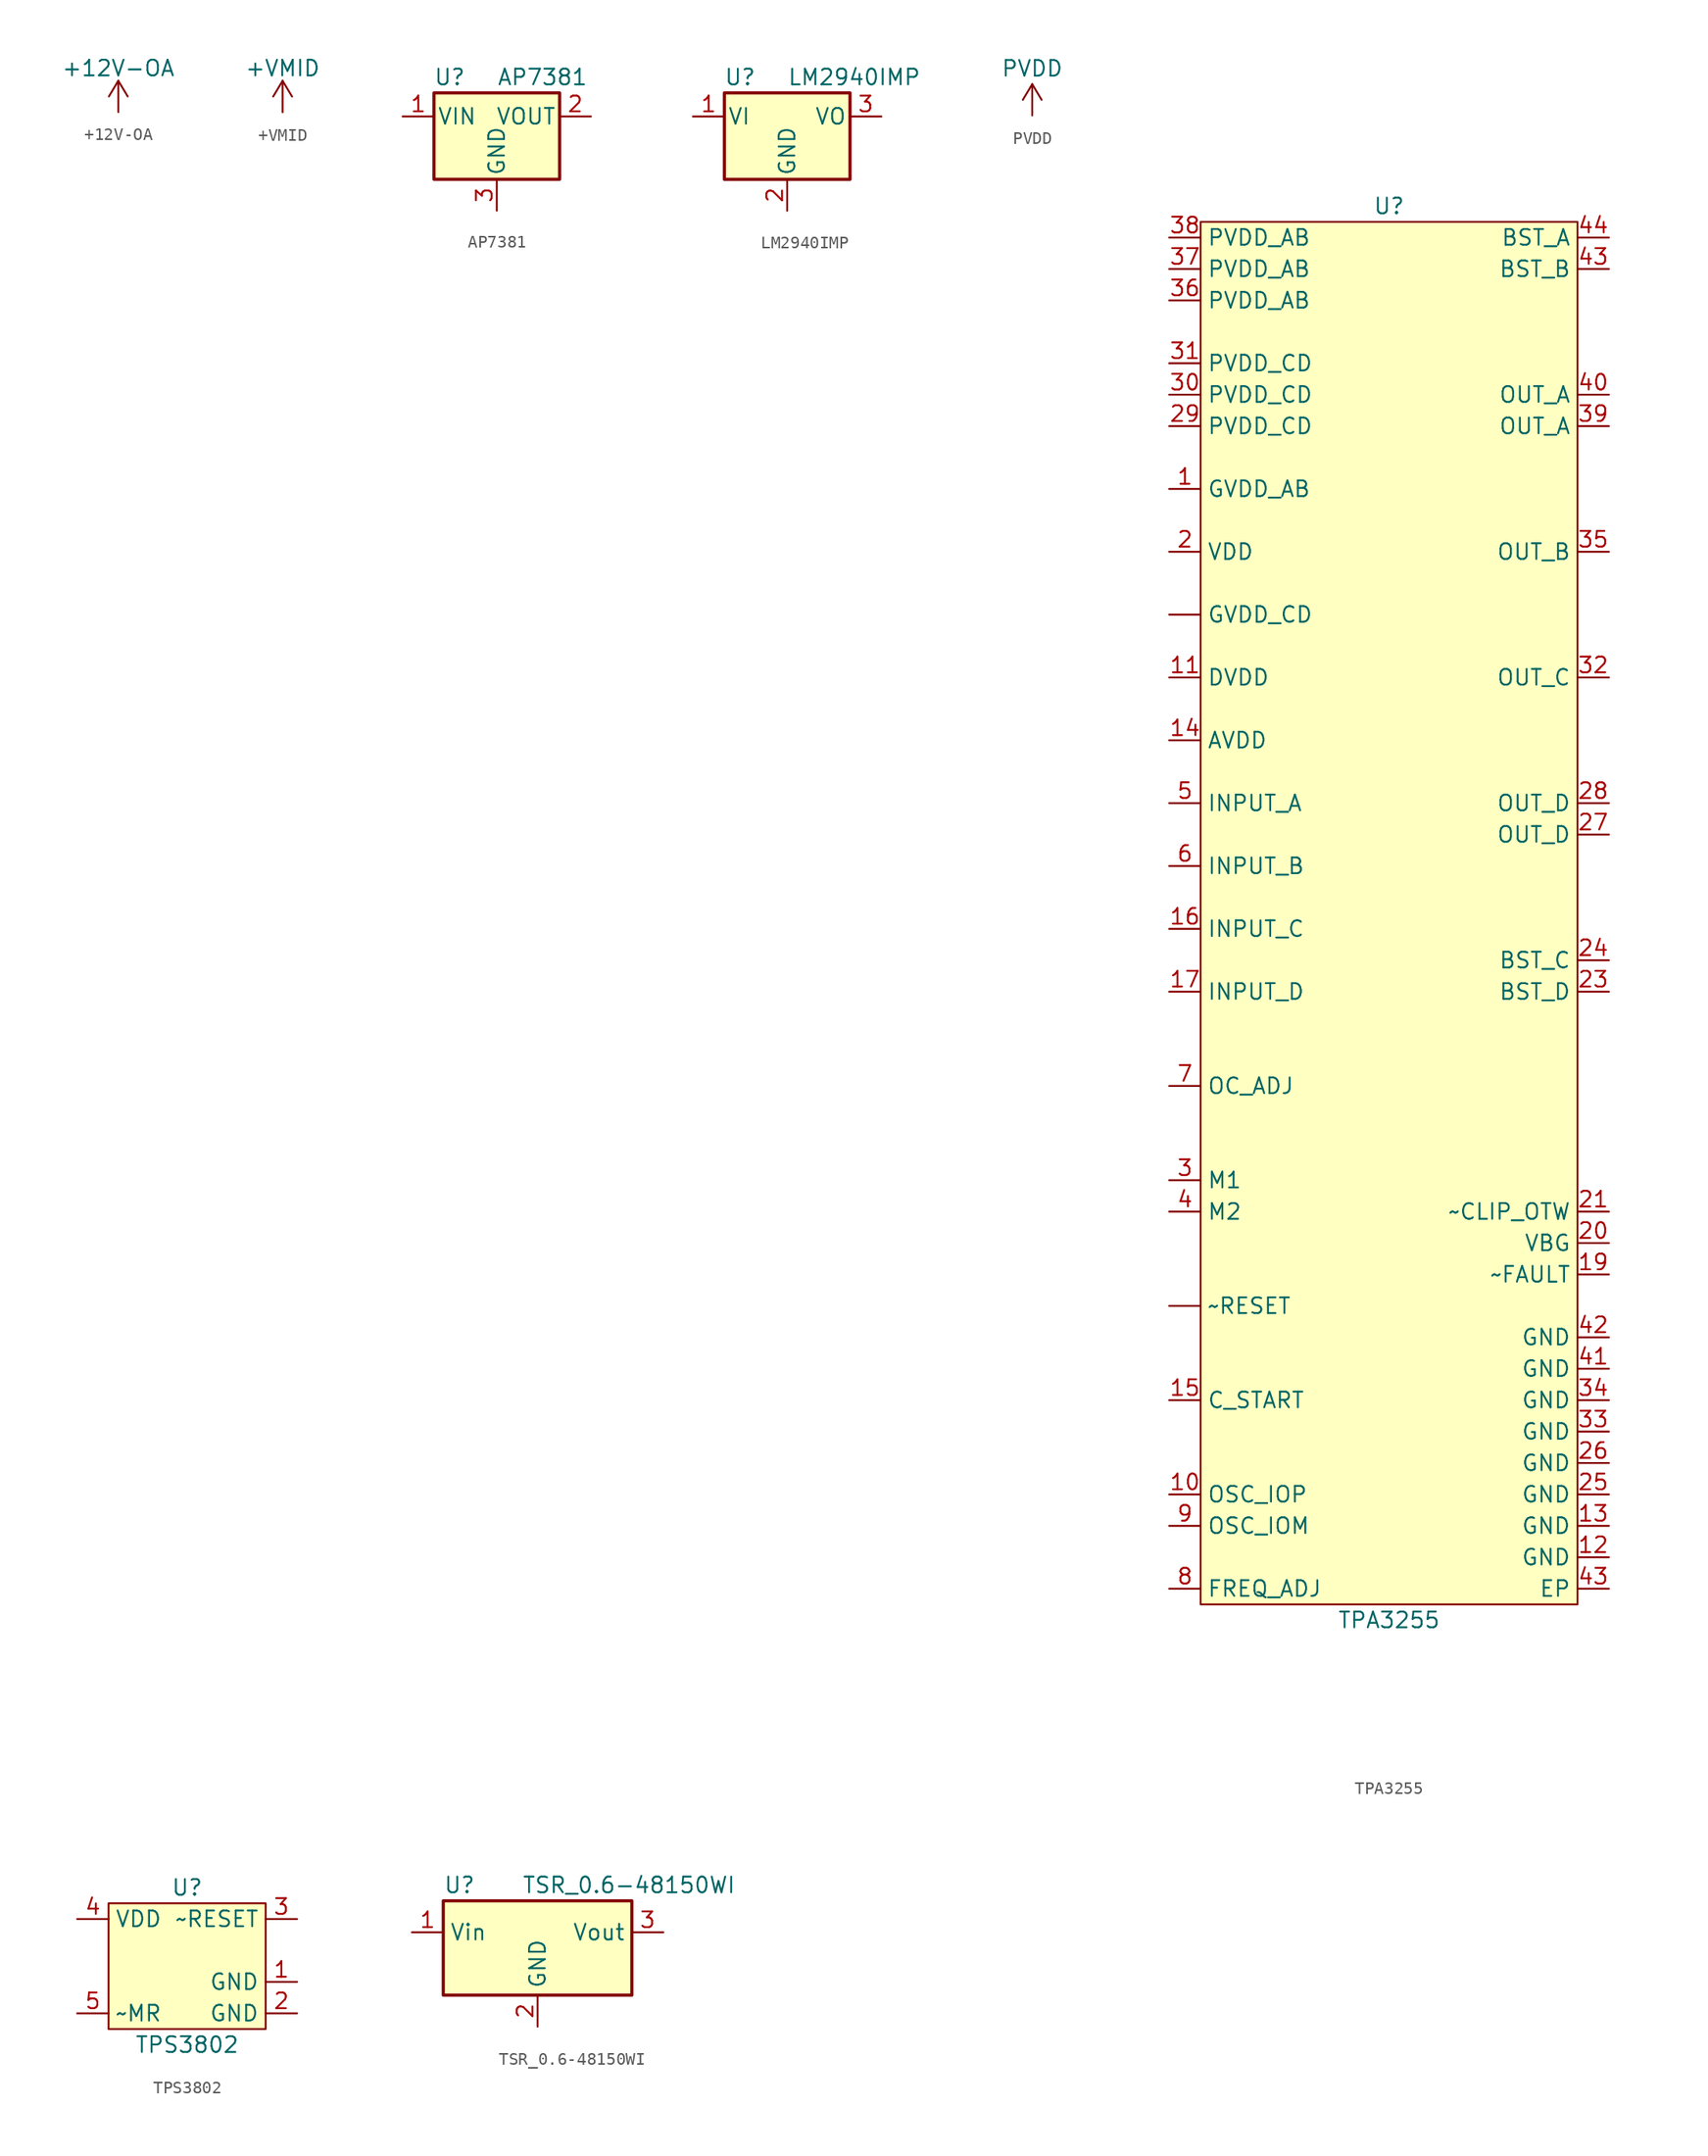
<source format=kicad_sym>
(kicad_symbol_lib
  (version 20211014)
  (generator kicad_symbol_editor)
  (symbol "+12V-OA"
    (power)
    (pin_names
      (offset 0))
    (property "Reference" "#PWR"
      (at 0 -3.81 0)
      (effects (font (size 1.27 1.27)) hide))
    (property "Value" "+12V-OA"
      (at 0 3.556 0)
      (effects (font (size 1.27 1.27))))
    (symbol "+12V-OA_0_1"
      (polyline (pts (xy -0.762 1.27) (xy 0 2.54)) (stroke (width 0) (type default) (color 0 0 0 0)) (fill (type none)))
      (polyline (pts (xy 0 0) (xy 0 2.54)) (stroke (width 0) (type default) (color 0 0 0 0)) (fill (type none)))
      (polyline (pts (xy 0 2.54) (xy 0.762 1.27)) (stroke (width 0) (type default) (color 0 0 0 0)) (fill (type none))))
    (symbol "+12V-OA_1_1"
      (pin power_in line (at 0 0 90) (length 0) hide (name "+12V-OA" (effects (font (size 1.27 1.27)))) (number "1" (effects (font (size 1.27 1.27)))))))
  (symbol "+VMID"
    (power)
    (pin_names
      (offset 0))
    (property "Reference" "#PWR"
      (at 0 -3.81 0)
      (effects (font (size 1.27 1.27)) hide))
    (property "Value" "+VMID"
      (at 0 3.556 0)
      (effects (font (size 1.27 1.27))))
    (symbol "+VMID_0_1"
      (polyline (pts (xy -0.762 1.27) (xy 0 2.54)) (stroke (width 0) (type default) (color 0 0 0 0)) (fill (type none)))
      (polyline (pts (xy 0 0) (xy 0 2.54)) (stroke (width 0) (type default) (color 0 0 0 0)) (fill (type none)))
      (polyline (pts (xy 0 2.54) (xy 0.762 1.27)) (stroke (width 0) (type default) (color 0 0 0 0)) (fill (type none))))
    (symbol "+VMID_1_1"
      (pin power_in line (at 0 0 90) (length 0) hide (name "+VMID" (effects (font (size 1.27 1.27)))) (number "1" (effects (font (size 1.27 1.27)))))))
  (symbol "AP7381"
    (pin_names
      (offset 0.254))
    (property "Reference" "U"
      (at -3.81 3.175 0)
      (effects (font (size 1.27 1.27))))
    (property "Value" "AP7381"
      (at 0 3.175 0)
      (effects (font (size 1.27 1.27)) (justify left)))
    (symbol "AP7381_0_1"
      (rectangle (start -5.08 -5.08) (end 5.08 1.905) (stroke (width 0.254) (type default) (color 0 0 0 0)) (fill (type background))))
    (symbol "AP7381_1_1"
      (pin power_in line (at -7.62 0 0) (length 2.54) (name "VIN" (effects (font (size 1.27 1.27)))) (number "1" (effects (font (size 1.27 1.27)))))
      (pin power_out line (at 7.62 0 180) (length 2.54) (name "VOUT" (effects (font (size 1.27 1.27)))) (number "2" (effects (font (size 1.27 1.27)))))
      (pin power_in line (at 0 -7.62 90) (length 2.54) (name "GND" (effects (font (size 1.27 1.27)))) (number "3" (effects (font (size 1.27 1.27)))))))
  (symbol "LM2940IMP"
    (pin_names
      (offset 0.254))
    (property "Reference" "U"
      (at -3.81 3.175 0)
      (effects (font (size 1.27 1.27))))
    (property "Value" "LM2940IMP"
      (at 0 3.175 0)
      (effects (font (size 1.27 1.27)) (justify left)))
    (symbol "LM2940IMP_0_1"
      (rectangle (start -5.08 -5.08) (end 5.08 1.905) (stroke (width 0.254) (type default) (color 0 0 0 0)) (fill (type background))))
    (symbol "LM2940IMP_1_1"
      (pin power_in line (at -7.62 0 0) (length 2.54) (name "VI" (effects (font (size 1.27 1.27)))) (number "1" (effects (font (size 1.27 1.27)))))
      (pin power_in line (at 0 -7.62 90) (length 2.54) (name "GND" (effects (font (size 1.27 1.27)))) (number "2" (effects (font (size 1.27 1.27)))))
      (pin power_out line (at 7.62 0 180) (length 2.54) (name "VO" (effects (font (size 1.27 1.27)))) (number "3" (effects (font (size 1.27 1.27)))))))
  (symbol "PVDD"
    (power)
    (pin_names
      (offset 0))
    (property "Reference" "#PWR"
      (at 0 -3.81 0)
      (effects (font (size 1.27 1.27)) hide))
    (property "Value" "PVDD"
      (at 0 3.81 0)
      (effects (font (size 1.27 1.27))))
    (symbol "PVDD_0_1"
      (polyline (pts (xy -0.762 1.27) (xy 0 2.54)) (stroke (width 0) (type default) (color 0 0 0 0)) (fill (type none)))
      (polyline (pts (xy 0 0) (xy 0 2.54)) (stroke (width 0) (type default) (color 0 0 0 0)) (fill (type none)))
      (polyline (pts (xy 0 2.54) (xy 0.762 1.27)) (stroke (width 0) (type default) (color 0 0 0 0)) (fill (type none))))
    (symbol "PVDD_1_1"
      (pin power_in line (at 0 0 90) (length 0) hide (name "PVDD" (effects (font (size 1.27 1.27)))) (number "1" (effects (font (size 1.27 1.27)))))))
  (symbol "TPA3255"
    (property "Reference" "U"
      (at 0 55.88 0)
      (effects (font (size 1.27 1.27))))
    (property "Value" "TPA3255"
      (at 0 -58.42 0)
      (effects (font (size 1.27 1.27))))
    (symbol "TPA3255_0_1"
      (rectangle (start -15.24 54.61) (end 15.24 -57.15) (stroke (width 0) (type default) (color 0 0 0 0)) (fill (type background))))
    (symbol "TPA3255_1_1"
      (pin power_in line (at -17.78 22.86 0) (length 2.54) (name "GVDD_CD" (effects (font (size 1.27 1.27)))) (number "" (effects (font (size 1.27 1.27)))))
      (pin input line (at -17.78 -33.02 0) (length 2.54) (name "~RESET" (effects (font (size 1.27 1.27)))) (number "" (effects (font (size 1.27 1.27)))))
      (pin power_in line (at -17.78 33.02 0) (length 2.54) (name "GVDD_AB" (effects (font (size 1.27 1.27)))) (number "1" (effects (font (size 1.27 1.27)))))
      (pin output line (at -17.78 -48.26 0) (length 2.54) (name "OSC_IOP" (effects (font (size 1.27 1.27)))) (number "10" (effects (font (size 1.27 1.27)))))
      (pin power_out line (at -17.78 17.78 0) (length 2.54) (name "DVDD" (effects (font (size 1.27 1.27)))) (number "11" (effects (font (size 1.27 1.27)))))
      (pin power_in line (at 17.78 -53.34 180) (length 2.54) (name "GND" (effects (font (size 1.27 1.27)))) (number "12" (effects (font (size 1.27 1.27)))))
      (pin power_in line (at 17.78 -50.8 180) (length 2.54) (name "GND" (effects (font (size 1.27 1.27)))) (number "13" (effects (font (size 1.27 1.27)))))
      (pin power_out line (at -17.78 12.7 0) (length 2.54) (name "AVDD" (effects (font (size 1.27 1.27)))) (number "14" (effects (font (size 1.27 1.27)))))
      (pin output line (at -17.78 -40.64 0) (length 2.54) (name "C_START" (effects (font (size 1.27 1.27)))) (number "15" (effects (font (size 1.27 1.27)))))
      (pin input line (at -17.78 -2.54 0) (length 2.54) (name "INPUT_C" (effects (font (size 1.27 1.27)))) (number "16" (effects (font (size 1.27 1.27)))))
      (pin input line (at -17.78 -7.62 0) (length 2.54) (name "INPUT_D" (effects (font (size 1.27 1.27)))) (number "17" (effects (font (size 1.27 1.27)))))
      (pin output line (at 17.78 -30.48 180) (length 2.54) (name "~FAULT" (effects (font (size 1.27 1.27)))) (number "19" (effects (font (size 1.27 1.27)))))
      (pin power_in line (at -17.78 27.94 0) (length 2.54) (name "VDD" (effects (font (size 1.27 1.27)))) (number "2" (effects (font (size 1.27 1.27)))))
      (pin power_out line (at 17.78 -27.94 180) (length 2.54) (name "VBG" (effects (font (size 1.27 1.27)))) (number "20" (effects (font (size 1.27 1.27)))))
      (pin output line (at 17.78 -25.4 180) (length 2.54) (name "~CLIP_OTW" (effects (font (size 1.27 1.27)))) (number "21" (effects (font (size 1.27 1.27)))))
      (pin passive line (at 17.78 -7.62 180) (length 2.54) (name "BST_D" (effects (font (size 1.27 1.27)))) (number "23" (effects (font (size 1.27 1.27)))))
      (pin passive line (at 17.78 -5.08 180) (length 2.54) (name "BST_C" (effects (font (size 1.27 1.27)))) (number "24" (effects (font (size 1.27 1.27)))))
      (pin power_in line (at 17.78 -48.26 180) (length 2.54) (name "GND" (effects (font (size 1.27 1.27)))) (number "25" (effects (font (size 1.27 1.27)))))
      (pin power_in line (at 17.78 -45.72 180) (length 2.54) (name "GND" (effects (font (size 1.27 1.27)))) (number "26" (effects (font (size 1.27 1.27)))))
      (pin output line (at 17.78 5.08 180) (length 2.54) (name "OUT_D" (effects (font (size 1.27 1.27)))) (number "27" (effects (font (size 1.27 1.27)))))
      (pin output line (at 17.78 7.62 180) (length 2.54) (name "OUT_D" (effects (font (size 1.27 1.27)))) (number "28" (effects (font (size 1.27 1.27)))))
      (pin power_in line (at -17.78 38.1 0) (length 2.54) (name "PVDD_CD" (effects (font (size 1.27 1.27)))) (number "29" (effects (font (size 1.27 1.27)))))
      (pin input line (at -17.78 -22.86 0) (length 2.54) (name "M1" (effects (font (size 1.27 1.27)))) (number "3" (effects (font (size 1.27 1.27)))))
      (pin power_in line (at -17.78 40.64 0) (length 2.54) (name "PVDD_CD" (effects (font (size 1.27 1.27)))) (number "30" (effects (font (size 1.27 1.27)))))
      (pin power_in line (at -17.78 43.18 0) (length 2.54) (name "PVDD_CD" (effects (font (size 1.27 1.27)))) (number "31" (effects (font (size 1.27 1.27)))))
      (pin output line (at 17.78 17.78 180) (length 2.54) (name "OUT_C" (effects (font (size 1.27 1.27)))) (number "32" (effects (font (size 1.27 1.27)))))
      (pin power_in line (at 17.78 -43.18 180) (length 2.54) (name "GND" (effects (font (size 1.27 1.27)))) (number "33" (effects (font (size 1.27 1.27)))))
      (pin power_in line (at 17.78 -40.64 180) (length 2.54) (name "GND" (effects (font (size 1.27 1.27)))) (number "34" (effects (font (size 1.27 1.27)))))
      (pin output line (at 17.78 27.94 180) (length 2.54) (name "OUT_B" (effects (font (size 1.27 1.27)))) (number "35" (effects (font (size 1.27 1.27)))))
      (pin power_in line (at -17.78 48.26 0) (length 2.54) (name "PVDD_AB" (effects (font (size 1.27 1.27)))) (number "36" (effects (font (size 1.27 1.27)))))
      (pin power_in line (at -17.78 50.8 0) (length 2.54) (name "PVDD_AB" (effects (font (size 1.27 1.27)))) (number "37" (effects (font (size 1.27 1.27)))))
      (pin power_in line (at -17.78 53.34 0) (length 2.54) (name "PVDD_AB" (effects (font (size 1.27 1.27)))) (number "38" (effects (font (size 1.27 1.27)))))
      (pin output line (at 17.78 38.1 180) (length 2.54) (name "OUT_A" (effects (font (size 1.27 1.27)))) (number "39" (effects (font (size 1.27 1.27)))))
      (pin input line (at -17.78 -25.4 0) (length 2.54) (name "M2" (effects (font (size 1.27 1.27)))) (number "4" (effects (font (size 1.27 1.27)))))
      (pin output line (at 17.78 40.64 180) (length 2.54) (name "OUT_A" (effects (font (size 1.27 1.27)))) (number "40" (effects (font (size 1.27 1.27)))))
      (pin power_in line (at 17.78 -38.1 180) (length 2.54) (name "GND" (effects (font (size 1.27 1.27)))) (number "41" (effects (font (size 1.27 1.27)))))
      (pin power_in line (at 17.78 -35.56 180) (length 2.54) (name "GND" (effects (font (size 1.27 1.27)))) (number "42" (effects (font (size 1.27 1.27)))))
      (pin passive line (at 17.78 50.8 180) (length 2.54) (name "BST_B" (effects (font (size 1.27 1.27)))) (number "43" (effects (font (size 1.27 1.27)))))
      (pin power_in line (at 17.78 -55.88 180) (length 2.54) (name "EP" (effects (font (size 1.27 1.27)))) (number "43" (effects (font (size 1.27 1.27)))))
      (pin passive line (at 17.78 53.34 180) (length 2.54) (name "BST_A" (effects (font (size 1.27 1.27)))) (number "44" (effects (font (size 1.27 1.27)))))
      (pin input line (at -17.78 7.62 0) (length 2.54) (name "INPUT_A" (effects (font (size 1.27 1.27)))) (number "5" (effects (font (size 1.27 1.27)))))
      (pin input line (at -17.78 2.54 0) (length 2.54) (name "INPUT_B" (effects (font (size 1.27 1.27)))) (number "6" (effects (font (size 1.27 1.27)))))
      (pin bidirectional line (at -17.78 -15.24 0) (length 2.54) (name "OC_ADJ" (effects (font (size 1.27 1.27)))) (number "7" (effects (font (size 1.27 1.27)))))
      (pin input line (at -17.78 -55.88 0) (length 2.54) (name "FREQ_ADJ" (effects (font (size 1.27 1.27)))) (number "8" (effects (font (size 1.27 1.27)))))
      (pin bidirectional line (at -17.78 -50.8 0) (length 2.54) (name "OSC_IOM" (effects (font (size 1.27 1.27)))) (number "9" (effects (font (size 1.27 1.27)))))))
  (symbol "TPS3802"
    (property "Reference" "U"
      (at 0 6.35 0)
      (effects (font (size 1.27 1.27))))
    (property "Value" "TPS3802"
      (at 0 -6.35 0)
      (effects (font (size 1.27 1.27))))
    (symbol "TPS3802_0_1"
      (rectangle (start -6.35 5.08) (end 6.35 -5.08) (stroke (width 0) (type default) (color 0 0 0 0)) (fill (type background))))
    (symbol "TPS3802_1_1"
      (pin power_in line (at 8.89 -1.27 180) (length 2.54) (name "GND" (effects (font (size 1.27 1.27)))) (number "1" (effects (font (size 1.27 1.27)))))
      (pin power_in line (at 8.89 -3.81 180) (length 2.54) (name "GND" (effects (font (size 1.27 1.27)))) (number "2" (effects (font (size 1.27 1.27)))))
      (pin output line (at 8.89 3.81 180) (length 2.54) (name "~RESET" (effects (font (size 1.27 1.27)))) (number "3" (effects (font (size 1.27 1.27)))))
      (pin power_in line (at -8.89 3.81 0) (length 2.54) (name "VDD" (effects (font (size 1.27 1.27)))) (number "4" (effects (font (size 1.27 1.27)))))
      (pin input line (at -8.89 -3.81 0) (length 2.54) (name "~MR" (effects (font (size 1.27 1.27)))) (number "5" (effects (font (size 1.27 1.27)))))))
  (symbol "TSR_0.6-48150WI"
    (property "Reference" "U"
      (at -7.62 6.35 0)
      (effects (font (size 1.27 1.27)) (justify left)))
    (property "Value" "TSR_0.6-48150WI"
      (at -1.27 6.35 0)
      (effects (font (size 1.27 1.27)) (justify left)))
    (symbol "TSR_0.6-48150WI_0_1"
      (rectangle (start -7.62 5.08) (end 7.62 -2.54) (stroke (width 0.254) (type default) (color 0 0 0 0)) (fill (type background))))
    (symbol "TSR_0.6-48150WI_1_1"
      (pin power_in line (at -10.16 2.54 0) (length 2.54) (name "Vin" (effects (font (size 1.27 1.27)))) (number "1" (effects (font (size 1.27 1.27)))))
      (pin power_in line (at 0 -5.08 90) (length 2.54) (name "GND" (effects (font (size 1.27 1.27)))) (number "2" (effects (font (size 1.27 1.27)))))
      (pin power_out line (at 10.16 2.54 180) (length 2.54) (name "Vout" (effects (font (size 1.27 1.27)))) (number "3" (effects (font (size 1.27 1.27))))))))
</source>
